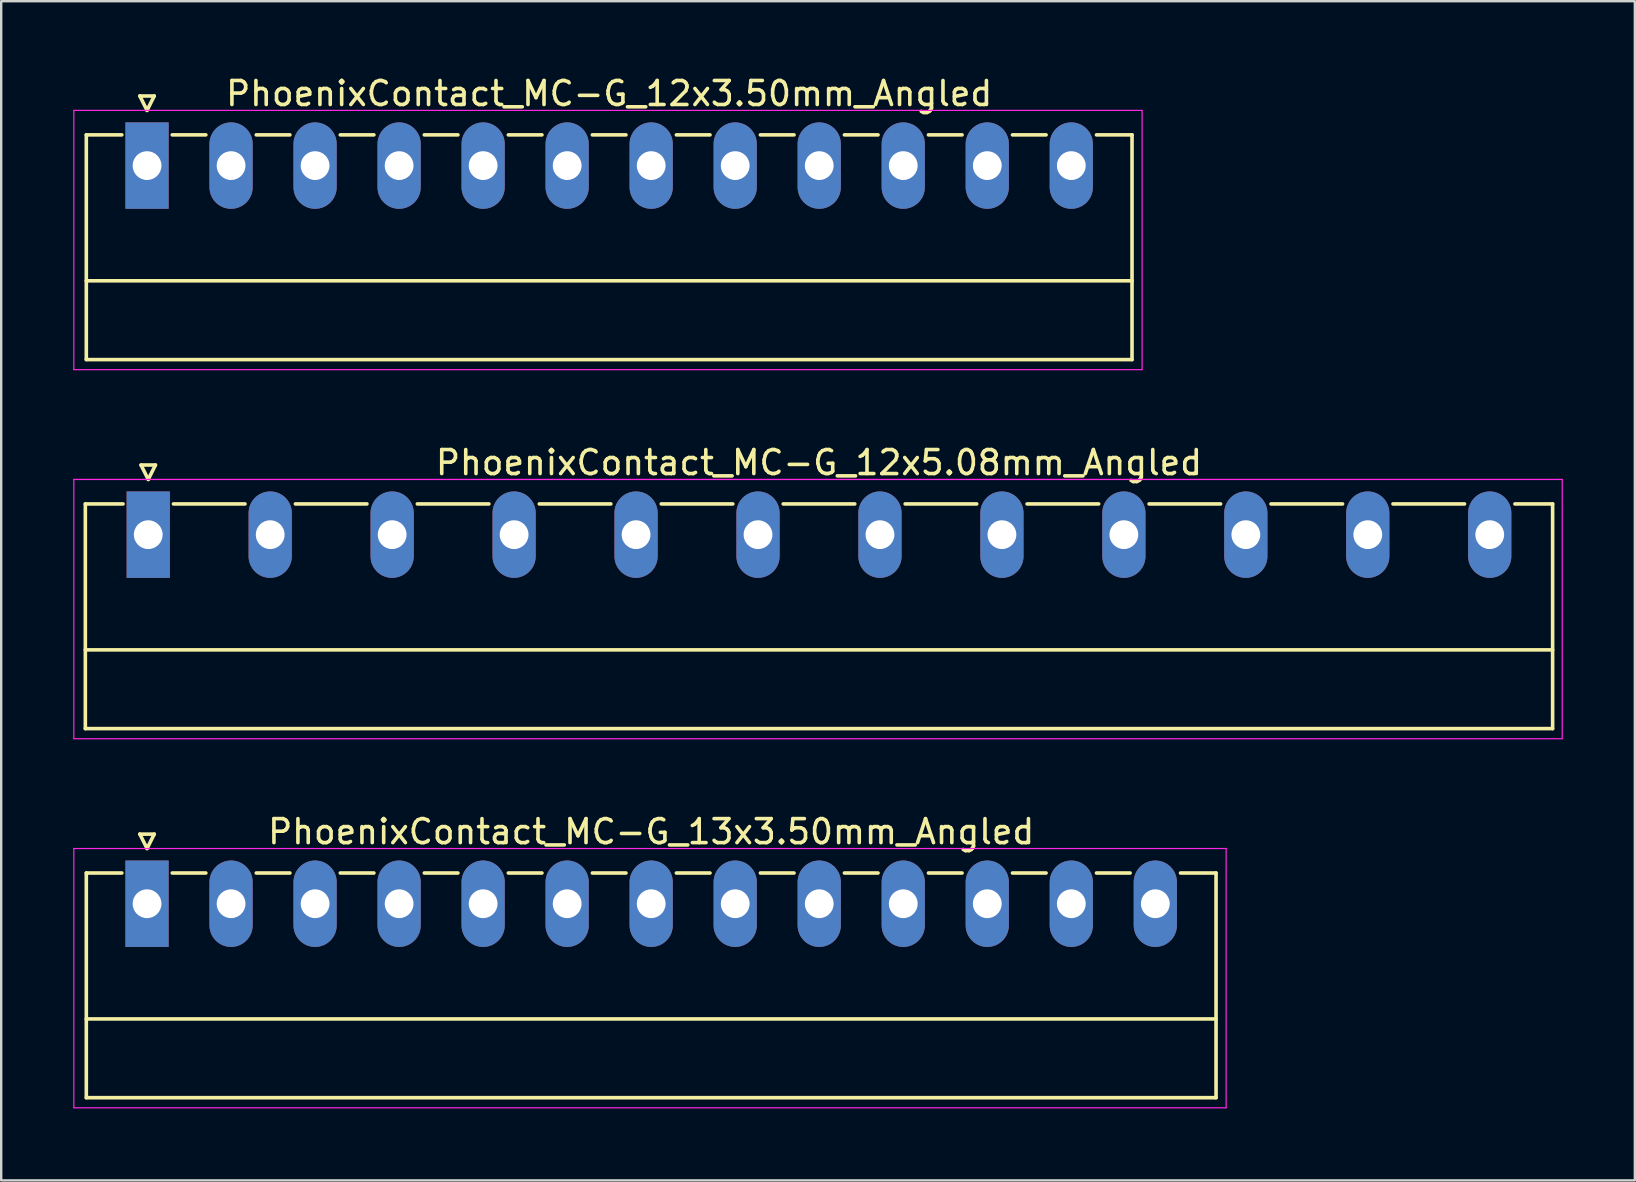
<source format=kicad_pcb>
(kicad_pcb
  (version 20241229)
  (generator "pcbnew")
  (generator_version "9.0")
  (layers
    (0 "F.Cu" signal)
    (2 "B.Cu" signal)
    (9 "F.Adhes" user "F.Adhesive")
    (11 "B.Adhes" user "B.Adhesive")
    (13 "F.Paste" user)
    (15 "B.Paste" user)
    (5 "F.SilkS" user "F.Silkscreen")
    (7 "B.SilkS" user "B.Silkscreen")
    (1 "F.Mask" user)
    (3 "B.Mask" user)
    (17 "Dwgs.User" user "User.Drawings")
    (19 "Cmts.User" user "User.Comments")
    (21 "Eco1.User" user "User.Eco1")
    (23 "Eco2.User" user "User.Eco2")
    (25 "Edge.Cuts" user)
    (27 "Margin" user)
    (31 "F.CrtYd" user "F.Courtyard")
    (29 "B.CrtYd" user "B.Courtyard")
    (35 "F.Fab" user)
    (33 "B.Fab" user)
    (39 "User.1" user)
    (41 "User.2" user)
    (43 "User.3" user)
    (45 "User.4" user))
  (footprint "PhoenixContact_MC-G_12x5.08mm_Angled"
    (layer "F.Cu")
    (at 3.125 19.221)
    (property "Reference" "PhoenixContact_MC-G_12x5.08mm_Angled" (at 27.94 -3 0) (layer "F.SilkS") (effects (font (size 1 1) (thickness 0.15))))
    (attr through_hole)
    (fp_line (start -2.62 -1.28) (end -2.62 8.08) (stroke (width 0.15) (type solid)) (layer "F.SilkS"))
    (fp_line (start -2.62 -1.28) (end -1.05 -1.28) (stroke (width 0.15) (type solid)) (layer "F.SilkS"))
    (fp_line (start -2.62 4.8) (end 58.5 4.8) (stroke (width 0.15) (type solid)) (layer "F.SilkS"))
    (fp_line (start -2.62 8.08) (end 58.5 8.08) (stroke (width 0.15) (type solid)) (layer "F.SilkS"))
    (fp_line (start -0.3 -2.9) (end 0 -2.3) (stroke (width 0.15) (type solid)) (layer "F.SilkS"))
    (fp_line (start 0 -2.3) (end 0.3 -2.9) (stroke (width 0.15) (type solid)) (layer "F.SilkS"))
    (fp_line (start 0.3 -2.9) (end -0.3 -2.9) (stroke (width 0.15) (type solid)) (layer "F.SilkS"))
    (fp_line (start 1.05 -1.28) (end 4.03 -1.28) (stroke (width 0.15) (type solid)) (layer "F.SilkS"))
    (fp_line (start 6.13 -1.28) (end 9.11 -1.28) (stroke (width 0.15) (type solid)) (layer "F.SilkS"))
    (fp_line (start 11.21 -1.28) (end 14.19 -1.28) (stroke (width 0.15) (type solid)) (layer "F.SilkS"))
    (fp_line (start 16.29 -1.28) (end 19.27 -1.28) (stroke (width 0.15) (type solid)) (layer "F.SilkS"))
    (fp_line (start 21.37 -1.28) (end 24.35 -1.28) (stroke (width 0.15) (type solid)) (layer "F.SilkS"))
    (fp_line (start 26.45 -1.28) (end 29.43 -1.28) (stroke (width 0.15) (type solid)) (layer "F.SilkS"))
    (fp_line (start 31.53 -1.28) (end 34.51 -1.28) (stroke (width 0.15) (type solid)) (layer "F.SilkS"))
    (fp_line (start 36.61 -1.28) (end 39.59 -1.28) (stroke (width 0.15) (type solid)) (layer "F.SilkS"))
    (fp_line (start 41.69 -1.28) (end 44.67 -1.28) (stroke (width 0.15) (type solid)) (layer "F.SilkS"))
    (fp_line (start 46.77 -1.28) (end 49.75 -1.28) (stroke (width 0.15) (type solid)) (layer "F.SilkS"))
    (fp_line (start 51.85 -1.28) (end 54.83 -1.28) (stroke (width 0.15) (type solid)) (layer "F.SilkS"))
    (fp_line (start 58.5 -1.28) (end 56.93 -1.28) (stroke (width 0.15) (type solid)) (layer "F.SilkS"))
    (fp_line (start 58.5 8.08) (end 58.5 -1.28) (stroke (width 0.15) (type solid)) (layer "F.SilkS"))
    (fp_line (start -3.1 -2.3) (end -3.1 8.5) (stroke (width 0.05) (type solid)) (layer "F.CrtYd"))
    (fp_line (start -3.1 8.5) (end 58.9 8.5) (stroke (width 0.05) (type solid)) (layer "F.CrtYd"))
    (fp_line (start 58.9 -2.3) (end -3.1 -2.3) (stroke (width 0.05) (type solid)) (layer "F.CrtYd"))
    (fp_line (start 58.9 8.5) (end 58.9 -2.3) (stroke (width 0.05) (type solid)) (layer "F.CrtYd"))
    (pad "1" thru_hole rect (at 0 0) (size 1.8 3.6) (drill 1.2) (layers "*.Cu" "*.Mask"))
    (pad "2" thru_hole oval (at 5.08 0) (size 1.8 3.6) (drill 1.2) (layers "*.Cu" "*.Mask"))
    (pad "3" thru_hole oval (at 10.16 0) (size 1.8 3.6) (drill 1.2) (layers "*.Cu" "*.Mask"))
    (pad "4" thru_hole oval (at 15.24 0) (size 1.8 3.6) (drill 1.2) (layers "*.Cu" "*.Mask"))
    (pad "5" thru_hole oval (at 20.32 0) (size 1.8 3.6) (drill 1.2) (layers "*.Cu" "*.Mask"))
    (pad "6" thru_hole oval (at 25.4 0) (size 1.8 3.6) (drill 1.2) (layers "*.Cu" "*.Mask"))
    (pad "7" thru_hole oval (at 30.48 0) (size 1.8 3.6) (drill 1.2) (layers "*.Cu" "*.Mask"))
    (pad "8" thru_hole oval (at 35.56 0) (size 1.8 3.6) (drill 1.2) (layers "*.Cu" "*.Mask"))
    (pad "9" thru_hole oval (at 40.64 0) (size 1.8 3.6) (drill 1.2) (layers "*.Cu" "*.Mask"))
    (pad "10" thru_hole oval (at 45.72 0) (size 1.8 3.6) (drill 1.2) (layers "*.Cu" "*.Mask"))
    (pad "11" thru_hole oval (at 50.8 0) (size 1.8 3.6) (drill 1.2) (layers "*.Cu" "*.Mask"))
    (pad "12" thru_hole oval (at 55.88 0) (size 1.8 3.6) (drill 1.2) (layers "*.Cu" "*.Mask")))
  (footprint "PhoenixContact_MC-G_13x3.50mm_Angled"
    (layer "F.Cu")
    (at 3.075 34.595)
    (property "Reference" "PhoenixContact_MC-G_13x3.50mm_Angled" (at 21 -3 0) (layer "F.SilkS") (effects (font (size 1 1) (thickness 0.15))))
    (attr through_hole)
    (fp_line (start -2.53 -1.28) (end -2.53 8.08) (stroke (width 0.15) (type solid)) (layer "F.SilkS"))
    (fp_line (start -2.53 -1.28) (end -1.05 -1.28) (stroke (width 0.15) (type solid)) (layer "F.SilkS"))
    (fp_line (start -2.53 4.8) (end 44.53 4.8) (stroke (width 0.15) (type solid)) (layer "F.SilkS"))
    (fp_line (start -2.53 8.08) (end 44.53 8.08) (stroke (width 0.15) (type solid)) (layer "F.SilkS"))
    (fp_line (start -0.3 -2.9) (end 0 -2.3) (stroke (width 0.15) (type solid)) (layer "F.SilkS"))
    (fp_line (start 0 -2.3) (end 0.3 -2.9) (stroke (width 0.15) (type solid)) (layer "F.SilkS"))
    (fp_line (start 0.3 -2.9) (end -0.3 -2.9) (stroke (width 0.15) (type solid)) (layer "F.SilkS"))
    (fp_line (start 1.05 -1.28) (end 2.45 -1.28) (stroke (width 0.15) (type solid)) (layer "F.SilkS"))
    (fp_line (start 4.55 -1.28) (end 5.95 -1.28) (stroke (width 0.15) (type solid)) (layer "F.SilkS"))
    (fp_line (start 8.05 -1.28) (end 9.45 -1.28) (stroke (width 0.15) (type solid)) (layer "F.SilkS"))
    (fp_line (start 11.55 -1.28) (end 12.95 -1.28) (stroke (width 0.15) (type solid)) (layer "F.SilkS"))
    (fp_line (start 15.05 -1.28) (end 16.45 -1.28) (stroke (width 0.15) (type solid)) (layer "F.SilkS"))
    (fp_line (start 18.55 -1.28) (end 19.95 -1.28) (stroke (width 0.15) (type solid)) (layer "F.SilkS"))
    (fp_line (start 22.05 -1.28) (end 23.45 -1.28) (stroke (width 0.15) (type solid)) (layer "F.SilkS"))
    (fp_line (start 25.55 -1.28) (end 26.95 -1.28) (stroke (width 0.15) (type solid)) (layer "F.SilkS"))
    (fp_line (start 29.05 -1.28) (end 30.45 -1.28) (stroke (width 0.15) (type solid)) (layer "F.SilkS"))
    (fp_line (start 32.55 -1.28) (end 33.95 -1.28) (stroke (width 0.15) (type solid)) (layer "F.SilkS"))
    (fp_line (start 36.05 -1.28) (end 37.45 -1.28) (stroke (width 0.15) (type solid)) (layer "F.SilkS"))
    (fp_line (start 39.55 -1.28) (end 40.95 -1.28) (stroke (width 0.15) (type solid)) (layer "F.SilkS"))
    (fp_line (start 44.53 -1.28) (end 43.05 -1.28) (stroke (width 0.15) (type solid)) (layer "F.SilkS"))
    (fp_line (start 44.53 8.08) (end 44.53 -1.28) (stroke (width 0.15) (type solid)) (layer "F.SilkS"))
    (fp_line (start -3.05 -2.3) (end -3.05 8.5) (stroke (width 0.05) (type solid)) (layer "F.CrtYd"))
    (fp_line (start -3.05 8.5) (end 44.95 8.5) (stroke (width 0.05) (type solid)) (layer "F.CrtYd"))
    (fp_line (start 44.95 -2.3) (end -3.05 -2.3) (stroke (width 0.05) (type solid)) (layer "F.CrtYd"))
    (fp_line (start 44.95 8.5) (end 44.95 -2.3) (stroke (width 0.05) (type solid)) (layer "F.CrtYd"))
    (pad "1" thru_hole rect (at 0 0) (size 1.8 3.6) (drill 1.2) (layers "*.Cu" "*.Mask"))
    (pad "2" thru_hole oval (at 3.5 0) (size 1.8 3.6) (drill 1.2) (layers "*.Cu" "*.Mask"))
    (pad "3" thru_hole oval (at 7 0) (size 1.8 3.6) (drill 1.2) (layers "*.Cu" "*.Mask"))
    (pad "4" thru_hole oval (at 10.5 0) (size 1.8 3.6) (drill 1.2) (layers "*.Cu" "*.Mask"))
    (pad "5" thru_hole oval (at 14 0) (size 1.8 3.6) (drill 1.2) (layers "*.Cu" "*.Mask"))
    (pad "6" thru_hole oval (at 17.5 0) (size 1.8 3.6) (drill 1.2) (layers "*.Cu" "*.Mask"))
    (pad "7" thru_hole oval (at 21 0) (size 1.8 3.6) (drill 1.2) (layers "*.Cu" "*.Mask"))
    (pad "8" thru_hole oval (at 24.5 0) (size 1.8 3.6) (drill 1.2) (layers "*.Cu" "*.Mask"))
    (pad "9" thru_hole oval (at 28 0) (size 1.8 3.6) (drill 1.2) (layers "*.Cu" "*.Mask"))
    (pad "10" thru_hole oval (at 31.5 0) (size 1.8 3.6) (drill 1.2) (layers "*.Cu" "*.Mask"))
    (pad "11" thru_hole oval (at 35 0) (size 1.8 3.6) (drill 1.2) (layers "*.Cu" "*.Mask"))
    (pad "12" thru_hole oval (at 38.5 0) (size 1.8 3.6) (drill 1.2) (layers "*.Cu" "*.Mask"))
    (pad "13" thru_hole oval (at 42 0) (size 1.8 3.6) (drill 1.2) (layers "*.Cu" "*.Mask")))
  (footprint "PhoenixContact_MC-G_12x3.50mm_Angled"
    (layer "F.Cu")
    (at 3.075 3.848)
    (property "Reference" "PhoenixContact_MC-G_12x3.50mm_Angled" (at 19.25 -3 0) (layer "F.SilkS") (effects (font (size 1 1) (thickness 0.15))))
    (attr through_hole)
    (fp_line (start -2.53 -1.28) (end -2.53 8.08) (stroke (width 0.15) (type solid)) (layer "F.SilkS"))
    (fp_line (start -2.53 -1.28) (end -1.05 -1.28) (stroke (width 0.15) (type solid)) (layer "F.SilkS"))
    (fp_line (start -2.53 4.8) (end 41.03 4.8) (stroke (width 0.15) (type solid)) (layer "F.SilkS"))
    (fp_line (start -2.53 8.08) (end 41.03 8.08) (stroke (width 0.15) (type solid)) (layer "F.SilkS"))
    (fp_line (start -0.3 -2.9) (end 0 -2.3) (stroke (width 0.15) (type solid)) (layer "F.SilkS"))
    (fp_line (start 0 -2.3) (end 0.3 -2.9) (stroke (width 0.15) (type solid)) (layer "F.SilkS"))
    (fp_line (start 0.3 -2.9) (end -0.3 -2.9) (stroke (width 0.15) (type solid)) (layer "F.SilkS"))
    (fp_line (start 1.05 -1.28) (end 2.45 -1.28) (stroke (width 0.15) (type solid)) (layer "F.SilkS"))
    (fp_line (start 4.55 -1.28) (end 5.95 -1.28) (stroke (width 0.15) (type solid)) (layer "F.SilkS"))
    (fp_line (start 8.05 -1.28) (end 9.45 -1.28) (stroke (width 0.15) (type solid)) (layer "F.SilkS"))
    (fp_line (start 11.55 -1.28) (end 12.95 -1.28) (stroke (width 0.15) (type solid)) (layer "F.SilkS"))
    (fp_line (start 15.05 -1.28) (end 16.45 -1.28) (stroke (width 0.15) (type solid)) (layer "F.SilkS"))
    (fp_line (start 18.55 -1.28) (end 19.95 -1.28) (stroke (width 0.15) (type solid)) (layer "F.SilkS"))
    (fp_line (start 22.05 -1.28) (end 23.45 -1.28) (stroke (width 0.15) (type solid)) (layer "F.SilkS"))
    (fp_line (start 25.55 -1.28) (end 26.95 -1.28) (stroke (width 0.15) (type solid)) (layer "F.SilkS"))
    (fp_line (start 29.05 -1.28) (end 30.45 -1.28) (stroke (width 0.15) (type solid)) (layer "F.SilkS"))
    (fp_line (start 32.55 -1.28) (end 33.95 -1.28) (stroke (width 0.15) (type solid)) (layer "F.SilkS"))
    (fp_line (start 36.05 -1.28) (end 37.45 -1.28) (stroke (width 0.15) (type solid)) (layer "F.SilkS"))
    (fp_line (start 41.03 -1.28) (end 39.55 -1.28) (stroke (width 0.15) (type solid)) (layer "F.SilkS"))
    (fp_line (start 41.03 8.08) (end 41.03 -1.28) (stroke (width 0.15) (type solid)) (layer "F.SilkS"))
    (fp_line (start -3.05 -2.3) (end -3.05 8.5) (stroke (width 0.05) (type solid)) (layer "F.CrtYd"))
    (fp_line (start -3.05 8.5) (end 41.45 8.5) (stroke (width 0.05) (type solid)) (layer "F.CrtYd"))
    (fp_line (start 41.45 -2.3) (end -3.05 -2.3) (stroke (width 0.05) (type solid)) (layer "F.CrtYd"))
    (fp_line (start 41.45 8.5) (end 41.45 -2.3) (stroke (width 0.05) (type solid)) (layer "F.CrtYd"))
    (pad "1" thru_hole rect (at 0 0) (size 1.8 3.6) (drill 1.2) (layers "*.Cu" "*.Mask"))
    (pad "2" thru_hole oval (at 3.5 0) (size 1.8 3.6) (drill 1.2) (layers "*.Cu" "*.Mask"))
    (pad "3" thru_hole oval (at 7 0) (size 1.8 3.6) (drill 1.2) (layers "*.Cu" "*.Mask"))
    (pad "4" thru_hole oval (at 10.5 0) (size 1.8 3.6) (drill 1.2) (layers "*.Cu" "*.Mask"))
    (pad "5" thru_hole oval (at 14 0) (size 1.8 3.6) (drill 1.2) (layers "*.Cu" "*.Mask"))
    (pad "6" thru_hole oval (at 17.5 0) (size 1.8 3.6) (drill 1.2) (layers "*.Cu" "*.Mask"))
    (pad "7" thru_hole oval (at 21 0) (size 1.8 3.6) (drill 1.2) (layers "*.Cu" "*.Mask"))
    (pad "8" thru_hole oval (at 24.5 0) (size 1.8 3.6) (drill 1.2) (layers "*.Cu" "*.Mask"))
    (pad "9" thru_hole oval (at 28 0) (size 1.8 3.6) (drill 1.2) (layers "*.Cu" "*.Mask"))
    (pad "10" thru_hole oval (at 31.5 0) (size 1.8 3.6) (drill 1.2) (layers "*.Cu" "*.Mask"))
    (pad "11" thru_hole oval (at 35 0) (size 1.8 3.6) (drill 1.2) (layers "*.Cu" "*.Mask"))
    (pad "12" thru_hole oval (at 38.5 0) (size 1.8 3.6) (drill 1.2) (layers "*.Cu" "*.Mask")))
  (gr_rect
    (start -3 -3)
    (end 65.05 46.12)
    (stroke (width 0.1) (type default))
    (fill no)
    (layer "Edge.Cuts")))
</source>
